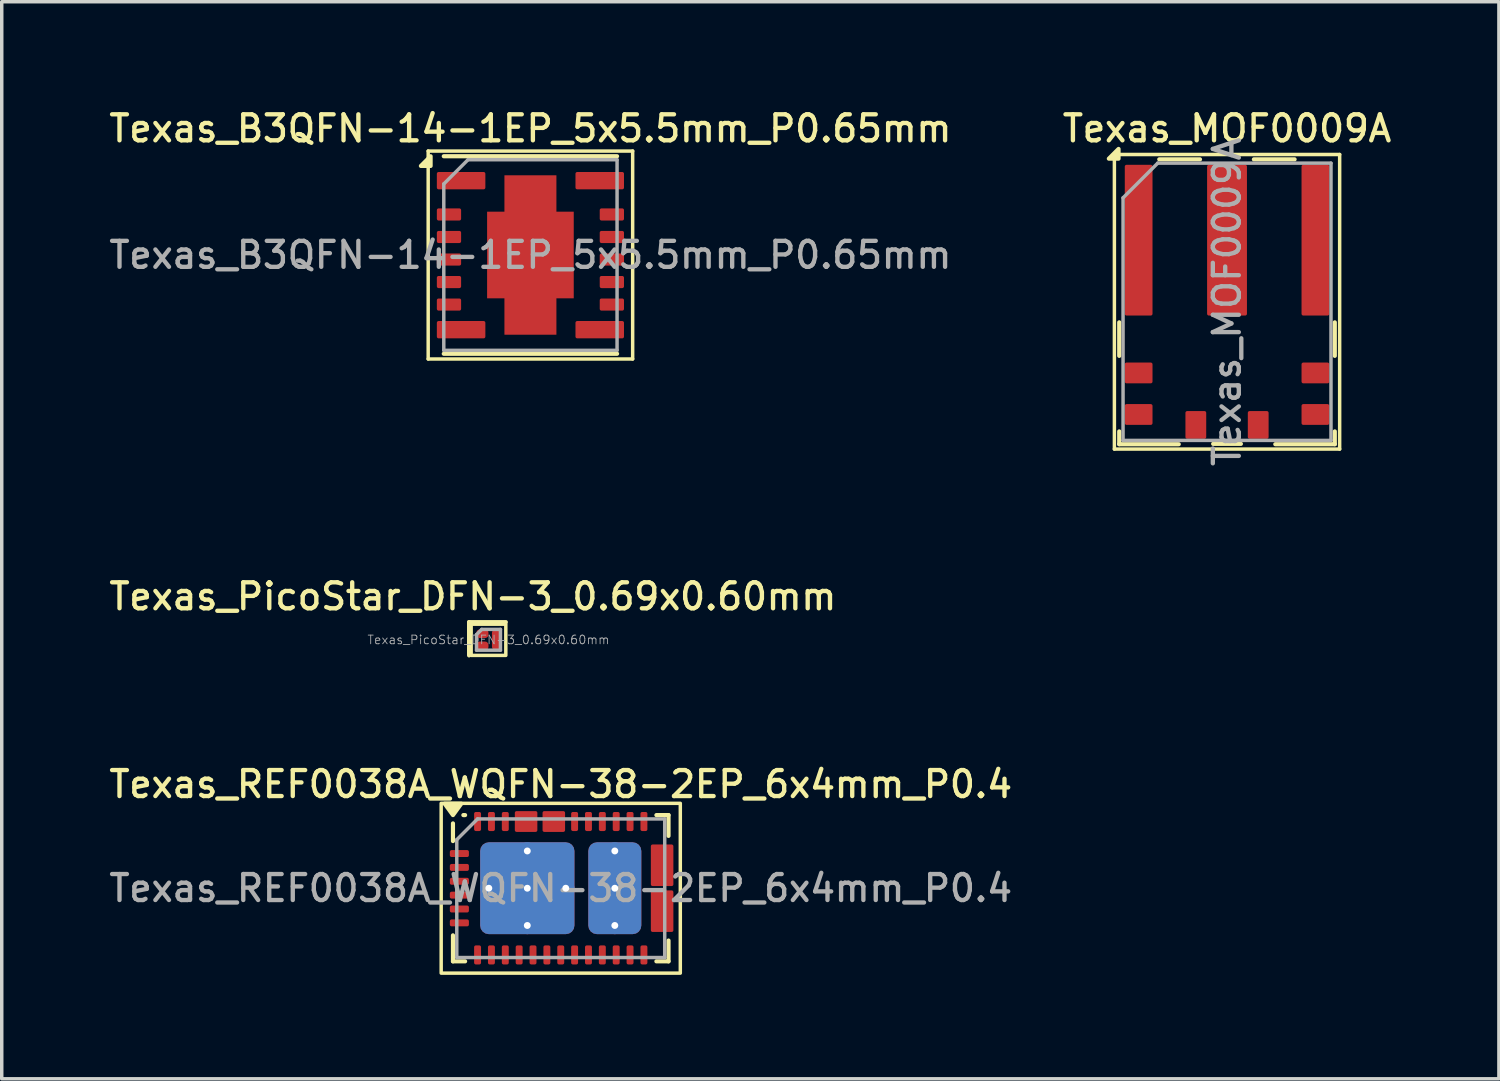
<source format=kicad_pcb>
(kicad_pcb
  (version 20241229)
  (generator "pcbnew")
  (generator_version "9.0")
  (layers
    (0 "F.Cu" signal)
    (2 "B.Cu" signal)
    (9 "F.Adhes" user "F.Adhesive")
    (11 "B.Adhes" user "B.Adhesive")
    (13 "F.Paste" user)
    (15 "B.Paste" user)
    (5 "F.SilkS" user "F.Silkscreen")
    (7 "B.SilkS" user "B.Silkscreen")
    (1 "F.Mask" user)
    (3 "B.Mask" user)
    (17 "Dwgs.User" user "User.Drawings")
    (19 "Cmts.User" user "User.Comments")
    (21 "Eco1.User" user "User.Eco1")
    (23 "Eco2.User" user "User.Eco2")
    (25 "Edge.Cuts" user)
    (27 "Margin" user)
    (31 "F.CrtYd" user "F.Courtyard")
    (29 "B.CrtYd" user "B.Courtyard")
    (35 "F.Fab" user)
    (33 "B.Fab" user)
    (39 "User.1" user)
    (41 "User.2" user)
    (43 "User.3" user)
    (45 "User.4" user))
  (footprint "Texas_REF0038A_WQFN-38-2EP_6x4mm_P0.4"
    (layer "F.Cu")
    (at 13.13 22.579)
    (property "Reference" "Texas_REF0038A_WQFN-38-2EP_6x4mm_P0.4" (at 0 -3 0) (unlocked yes) (layer "F.SilkS") (effects (font (size 0.75 0.75) (thickness 0.125))))
    (attr smd)
    (fp_poly (pts (xy -0.75 -1.7) (xy -1.25 -1.7) (xy -1.25 -2.15) (xy -1.15 -2.15) (xy -1.15 -1.8) (xy -0.85 -1.8) (xy -0.85 -2.15) (xy -0.75 -2.15)) (stroke (width 0.1) (type solid)) (fill yes) (layer "F.Mask"))
    (fp_poly (pts (xy 0.05 -1.7) (xy -0.45 -1.7) (xy -0.45 -2.15) (xy -0.35 -2.15) (xy -0.35 -1.8) (xy -0.05 -1.8) (xy -0.05 -2.15) (xy 0.05 -2.15)) (stroke (width 0.1) (type solid)) (fill yes) (layer "F.Mask"))
    (fp_poly (pts (xy 2.7 -1.163) (xy 2.7 -0.163) (xy 3.15 -0.163) (xy 3.15 -0.263) (xy 2.8 -0.263) (xy 2.8 -0.613) (xy 3.15 -0.613) (xy 3.15 -0.713) (xy 2.8 -0.713) (xy 2.8 -1.062) (xy 3.15 -1.062) (xy 3.15 -1.163)) (stroke (width 0.1) (type solid)) (fill yes) (layer "F.Mask"))
    (fp_poly (pts (xy 2.7 0.163) (xy 2.7 1.163) (xy 3.15 1.163) (xy 3.15 1.062) (xy 2.8 1.062) (xy 2.8 0.713) (xy 3.15 0.713) (xy 3.15 0.613) (xy 2.8 0.613) (xy 2.8 0.263) (xy 3.15 0.263) (xy 3.15 0.163)) (stroke (width 0.1) (type solid)) (fill yes) (layer "F.Mask"))
    (fp_line (start -3.11 -1.36) (end -3.11 -1.87) (stroke (width 0.12) (type default)) (layer "F.SilkS"))
    (fp_line (start -3.11 2.11) (end -3.11 1.36) (stroke (width 0.12) (type default)) (layer "F.SilkS"))
    (fp_line (start -3.11 2.11) (end -2.76 2.11) (stroke (width 0.12) (type default)) (layer "F.SilkS"))
    (fp_line (start -2.76 -2.11) (end -2.81 -2.11) (stroke (width 0.12) (type default)) (layer "F.SilkS"))
    (fp_line (start 2.76 -2.11) (end 3.11 -2.11) (stroke (width 0.12) (type default)) (layer "F.SilkS"))
    (fp_line (start 2.76 2.11) (end 3.11 2.11) (stroke (width 0.12) (type default)) (layer "F.SilkS"))
    (fp_line (start 3.11 -1.51) (end 3.11 -2.11) (stroke (width 0.12) (type default)) (layer "F.SilkS"))
    (fp_line (start 3.11 2.11) (end 3.11 1.51) (stroke (width 0.12) (type default)) (layer "F.SilkS"))
    (fp_rect (start -3.45 -2.45) (end 3.45 2.45) (stroke (width 0.1) (type default)) (fill no) (layer "F.SilkS"))
    (fp_poly (pts (xy -3.11 -2.11) (xy -3.35 -2.44) (xy -2.87 -2.44) (xy -3.11 -2.11)) (stroke (width 0.12) (type default)) (fill yes) (layer "F.SilkS"))
    (fp_poly (pts (xy -0.75 -1.7) (xy -1.25 -1.7) (xy -1.25 -2.15) (xy -1.15 -2.15) (xy -1.15 -1.8) (xy -0.85 -1.8) (xy -0.85 -2.15) (xy -0.75 -2.15)) (stroke (width 0.1) (type solid)) (fill yes) (layer "F.Paste"))
    (fp_poly (pts (xy 0.05 -1.7) (xy -0.45 -1.7) (xy -0.45 -2.15) (xy -0.35 -2.15) (xy -0.35 -1.8) (xy -0.05 -1.8) (xy -0.05 -2.15) (xy 0.05 -2.15)) (stroke (width 0.1) (type solid)) (fill yes) (layer "F.Paste"))
    (fp_poly (pts (xy 2.7 -1.163) (xy 2.7 -0.163) (xy 3.15 -0.163) (xy 3.15 -0.263) (xy 2.8 -0.263) (xy 2.8 -0.613) (xy 3.15 -0.613) (xy 3.15 -0.713) (xy 2.8 -0.713) (xy 2.8 -1.062) (xy 3.15 -1.062) (xy 3.15 -1.163)) (stroke (width 0.1) (type solid)) (fill yes) (layer "F.Paste"))
    (fp_poly (pts (xy 2.7 0.163) (xy 2.7 1.163) (xy 3.15 1.163) (xy 3.15 1.062) (xy 2.8 1.062) (xy 2.8 0.713) (xy 3.15 0.713) (xy 3.15 0.613) (xy 2.8 0.613) (xy 2.8 0.263) (xy 3.15 0.263) (xy 3.15 0.163)) (stroke (width 0.1) (type solid)) (fill yes) (layer "F.Paste"))
    (fp_line (start -3 -1.4) (end -2.4 -2) (stroke (width 0.1) (type default)) (layer "F.Fab"))
    (fp_line (start -3 2) (end -3 -1.4) (stroke (width 0.1) (type default)) (layer "F.Fab"))
    (fp_line (start -2.4 -2) (end 3 -2) (stroke (width 0.1) (type default)) (layer "F.Fab"))
    (fp_line (start 3 -2) (end 3 2) (stroke (width 0.1) (type default)) (layer "F.Fab"))
    (fp_line (start 3 2) (end -3 2) (stroke (width 0.1) (type default)) (layer "F.Fab"))
    (fp_text user "${REFERENCE}" (at 0 0 0) (unlocked yes) (layer "F.Fab") (effects (font (size 0.75 0.75) (thickness 0.125))))
    (pad "" smd roundrect (at -1.66 -0.69 180) (size 1.17 1.17) (layers "F.Paste") (roundrect_rratio 0.214))
    (pad "" smd roundrect (at -1.66 0.69 180) (size 1.19 1.17) (layers "F.Paste") (roundrect_rratio 0.214))
    (pad "" smd roundrect (at -0.27 -0.69 180) (size 1.17 1.17) (layers "F.Paste") (roundrect_rratio 0.214))
    (pad "" smd roundrect (at -0.27 0.69 180) (size 1.19 1.17) (layers "F.Paste") (roundrect_rratio 0.214))
    (pad "" smd roundrect (at 1.56 -0.69 180) (size 1.4 1.17) (layers "F.Paste") (roundrect_rratio 0.214))
    (pad "" smd roundrect (at 1.56 0.69 180) (size 1.4 1.17) (layers "F.Paste") (roundrect_rratio 0.214))
    (pad "1" smd roundrect (at -2.925 -1) (size 0.55 0.2) (layers "F.Cu" "F.Mask" "F.Paste") (roundrect_rratio 0.25))
    (pad "2" smd roundrect (at -2.925 -0.6) (size 0.55 0.2) (layers "F.Cu" "F.Mask" "F.Paste") (roundrect_rratio 0.25))
    (pad "3" smd roundrect (at -2.925 -0.2) (size 0.55 0.2) (layers "F.Cu" "F.Mask" "F.Paste") (roundrect_rratio 0.25))
    (pad "4" smd roundrect (at -2.925 0.2) (size 0.55 0.2) (layers "F.Cu" "F.Mask" "F.Paste") (roundrect_rratio 0.25))
    (pad "5" smd roundrect (at -2.925 0.6) (size 0.55 0.2) (layers "F.Cu" "F.Mask" "F.Paste") (roundrect_rratio 0.25))
    (pad "6" smd roundrect (at -2.925 1) (size 0.55 0.2) (layers "F.Cu" "F.Mask" "F.Paste") (roundrect_rratio 0.25))
    (pad "7" smd roundrect (at -2.4 1.925 90) (size 0.55 0.2) (layers "F.Cu" "F.Mask" "F.Paste") (roundrect_rratio 0.25))
    (pad "8" smd roundrect (at -2 1.925 90) (size 0.55 0.2) (layers "F.Cu" "F.Mask" "F.Paste") (roundrect_rratio 0.25))
    (pad "9" smd roundrect (at -1.6 1.925 90) (size 0.55 0.2) (layers "F.Cu" "F.Mask" "F.Paste") (roundrect_rratio 0.25))
    (pad "10" smd roundrect (at -1.2 1.925 90) (size 0.55 0.2) (layers "F.Cu" "F.Mask" "F.Paste") (roundrect_rratio 0.25))
    (pad "11" smd roundrect (at -0.8 1.925 90) (size 0.55 0.2) (layers "F.Cu" "F.Mask" "F.Paste") (roundrect_rratio 0.25))
    (pad "12" smd roundrect (at -0.4 1.925 90) (size 0.55 0.2) (layers "F.Cu" "F.Mask" "F.Paste") (roundrect_rratio 0.25))
    (pad "13" smd roundrect (at 0 1.925 90) (size 0.55 0.2) (layers "F.Cu" "F.Mask" "F.Paste") (roundrect_rratio 0.25))
    (pad "14" smd roundrect (at 0.4 1.925 90) (size 0.55 0.2) (layers "F.Cu" "F.Mask" "F.Paste") (roundrect_rratio 0.25))
    (pad "15" smd roundrect (at 0.8 1.925 90) (size 0.55 0.2) (layers "F.Cu" "F.Mask" "F.Paste") (roundrect_rratio 0.25))
    (pad "16" smd roundrect (at 1.2 1.925 90) (size 0.55 0.2) (layers "F.Cu" "F.Mask" "F.Paste") (roundrect_rratio 0.25))
    (pad "17" smd roundrect (at 1.6 1.925 90) (size 0.55 0.2) (layers "F.Cu" "F.Mask" "F.Paste") (roundrect_rratio 0.25))
    (pad "18" smd roundrect (at 2 1.925 90) (size 0.55 0.2) (layers "F.Cu" "F.Mask" "F.Paste") (roundrect_rratio 0.25))
    (pad "19" smd roundrect (at 2.4 1.925 90) (size 0.55 0.2) (layers "F.Cu" "F.Mask" "F.Paste") (roundrect_rratio 0.25))
    (pad "20" smd roundrect (at 2.925 0.662) (size 0.65 1.2) (layers "F.Cu") (roundrect_rratio 0.077))
    (pad "23" smd roundrect (at 2.925 -0.662) (size 0.65 1.2) (layers "F.Cu") (roundrect_rratio 0.077))
    (pad "26" smd roundrect (at 2.4 -1.925 90) (size 0.55 0.2) (layers "F.Cu" "F.Mask" "F.Paste") (roundrect_rratio 0.25))
    (pad "27" smd roundrect (at 2 -1.925 90) (size 0.55 0.2) (layers "F.Cu" "F.Mask" "F.Paste") (roundrect_rratio 0.25))
    (pad "28" smd roundrect (at 1.6 -1.925 90) (size 0.55 0.2) (layers "F.Cu" "F.Mask" "F.Paste") (roundrect_rratio 0.25))
    (pad "29" smd roundrect (at 1.2 -1.925 90) (size 0.55 0.2) (layers "F.Cu" "F.Mask" "F.Paste") (roundrect_rratio 0.25))
    (pad "30" smd roundrect (at 0.8 -1.925 90) (size 0.55 0.2) (layers "F.Cu" "F.Mask" "F.Paste") (roundrect_rratio 0.25))
    (pad "31" smd roundrect (at 0.4 -1.925 90) (size 0.55 0.2) (layers "F.Cu" "F.Mask" "F.Paste") (roundrect_rratio 0.25))
    (pad "32" smd roundrect (at -0.2 -1.925 90) (size 0.6 0.65) (layers "F.Cu") (roundrect_rratio 0.083))
    (pad "34" smd roundrect (at -1 -1.925 90) (size 0.6 0.65) (layers "F.Cu") (roundrect_rratio 0.083))
    (pad "36" smd roundrect (at -1.6 -1.925 90) (size 0.55 0.2) (layers "F.Cu" "F.Mask" "F.Paste") (roundrect_rratio 0.25))
    (pad "37" smd roundrect (at -2 -1.925 90) (size 0.55 0.2) (layers "F.Cu" "F.Mask" "F.Paste") (roundrect_rratio 0.25))
    (pad "38" smd roundrect (at -2.4 -1.925 90) (size 0.55 0.2) (layers "F.Cu" "F.Mask" "F.Paste") (roundrect_rratio 0.25))
    (pad "39" thru_hole circle (at -2.075 0) (size 0.5 0.5) (drill 0.2) (property pad_prop_heatsink) (layers "*.Cu"))
    (pad "39" thru_hole circle (at -0.965 -1.075) (size 0.5 0.5) (drill 0.2) (property pad_prop_heatsink) (layers "*.Cu"))
    (pad "39" thru_hole circle (at -0.965 0) (size 0.5 0.5) (drill 0.2) (property pad_prop_heatsink) (layers "*.Cu"))
    (pad "39" smd roundrect (at -0.965 0 180) (size 2.72 2.65) (property pad_prop_heatsink) (layers "F.Cu" "F.Mask") (roundrect_rratio 0.094))
    (pad "39" smd roundrect (at -0.965 0 180) (size 2.72 2.65) (property pad_prop_heatsink) (layers "B.Cu") (roundrect_rratio 0.094))
    (pad "39" thru_hole circle (at -0.965 1.075) (size 0.5 0.5) (drill 0.2) (property pad_prop_heatsink) (layers "*.Cu"))
    (pad "39" thru_hole circle (at 0.145 0) (size 0.5 0.5) (drill 0.2) (property pad_prop_heatsink) (layers "*.Cu"))
    (pad "40" thru_hole circle (at 1.56 -1.075) (size 0.5 0.5) (drill 0.2) (property pad_prop_heatsink) (layers "*.Cu"))
    (pad "40" thru_hole circle (at 1.56 0) (size 0.5 0.5) (drill 0.2) (property pad_prop_heatsink) (layers "*.Cu"))
    (pad "40" smd roundrect (at 1.56 0 180) (size 1.53 2.65) (property pad_prop_heatsink) (layers "F.Cu" "F.Mask") (roundrect_rratio 0.163))
    (pad "40" smd roundrect (at 1.56 0 180) (size 1.53 2.65) (property pad_prop_heatsink) (layers "B.Cu") (roundrect_rratio 0.163))
    (pad "40" thru_hole circle (at 1.56 1.075) (size 0.5 0.5) (drill 0.2) (property pad_prop_heatsink) (layers "*.Cu")))
  (footprint "Texas_MOF0009A"
    (layer "F.Cu")
    (at 32.355 5.658)
    (property "Reference" "Texas_MOF0009A" (at 0 -5 0) (layer "F.SilkS") (effects (font (size 0.75 0.75) (thickness 0.125))))
    (attr smd)
    (fp_line (start -3.25 -4.25) (end 3.25 -4.25) (stroke (width 0.1) (type solid)) (layer "F.SilkS"))
    (fp_line (start -3.25 4.25) (end -3.25 -4.25) (stroke (width 0.1) (type solid)) (layer "F.SilkS"))
    (fp_line (start -3.11 1.56) (end -3.11 0.593) (stroke (width 0.12) (type default)) (layer "F.SilkS"))
    (fp_line (start -3.11 3.74) (end -3.11 4.11) (stroke (width 0.12) (type default)) (layer "F.SilkS"))
    (fp_line (start -3.11 4.11) (end -1.393 4.11) (stroke (width 0.12) (type default)) (layer "F.SilkS"))
    (fp_line (start -1.955 -4.11) (end -0.78 -4.11) (stroke (width 0.12) (type default)) (layer "F.SilkS"))
    (fp_line (start -0.4 4.1) (end 0.4 4.1) (stroke (width 0.12) (type default)) (layer "F.SilkS"))
    (fp_line (start 0.775 -4.11) (end 1.95 -4.11) (stroke (width 0.12) (type default)) (layer "F.SilkS"))
    (fp_line (start 3.11 1.56) (end 3.11 0.593) (stroke (width 0.12) (type default)) (layer "F.SilkS"))
    (fp_line (start 3.11 3.74) (end 3.11 4.11) (stroke (width 0.12) (type default)) (layer "F.SilkS"))
    (fp_line (start 3.11 4.11) (end 1.393 4.11) (stroke (width 0.12) (type default)) (layer "F.SilkS"))
    (fp_line (start 3.25 -4.25) (end 3.25 4.25) (stroke (width 0.1) (type solid)) (layer "F.SilkS"))
    (fp_line (start 3.25 4.25) (end -3.25 4.25) (stroke (width 0.1) (type solid)) (layer "F.SilkS"))
    (fp_poly (pts (xy -3.13 -4.13) (xy -3.41 -4.13) (xy -3.13 -4.41) (xy -3.13 -4.13)) (stroke (width 0.12) (type solid)) (fill yes) (layer "F.SilkS"))
    (fp_line (start -3 4) (end -3 -3) (stroke (width 0.1) (type solid)) (layer "F.Fab"))
    (fp_line (start -2 -4) (end -3 -3) (stroke (width 0.1) (type solid)) (layer "F.Fab"))
    (fp_line (start -2 -4) (end 3 -4) (stroke (width 0.1) (type solid)) (layer "F.Fab"))
    (fp_line (start 3 -4) (end 3 4) (stroke (width 0.1) (type solid)) (layer "F.Fab"))
    (fp_line (start 3 4) (end -3 4) (stroke (width 0.1) (type solid)) (layer "F.Fab"))
    (fp_text user "${REFERENCE}" (at 0 0 90) (layer "F.Fab") (effects (font (size 0.75 0.75) (thickness 0.125))))
    (pad "" smd roundrect (at -2.55 -3.558) (size 0.7 0.59) (layers "F.Paste") (roundrect_rratio 0.085))
    (pad "" smd roundrect (at -2.55 -2.667) (size 0.7 0.59) (layers "F.Paste") (roundrect_rratio 0.085))
    (pad "" smd roundrect (at -2.55 -1.778) (size 0.7 0.59) (layers "F.Paste") (roundrect_rratio 0.085))
    (pad "" smd roundrect (at -2.55 -0.887) (size 0.7 0.59) (layers "F.Paste") (roundrect_rratio 0.085))
    (pad "" smd roundrect (at -2.55 0.003) (size 0.7 0.59) (layers "F.Paste") (roundrect_rratio 0.085))
    (pad "" smd roundrect (at 0 -3.558) (size 1.05 0.59) (layers "F.Paste") (roundrect_rratio 0.085))
    (pad "" smd roundrect (at 0 -2.667) (size 1.05 0.59) (layers "F.Paste") (roundrect_rratio 0.085))
    (pad "" smd roundrect (at 0 -1.778) (size 1.05 0.59) (layers "F.Paste") (roundrect_rratio 0.085))
    (pad "" smd roundrect (at 0 -0.887) (size 1.05 0.59) (layers "F.Paste") (roundrect_rratio 0.085))
    (pad "" smd roundrect (at 0 0.003) (size 1.05 0.59) (layers "F.Paste") (roundrect_rratio 0.085))
    (pad "" smd roundrect (at 2.55 -3.558) (size 0.7 0.59) (layers "F.Paste") (roundrect_rratio 0.085))
    (pad "" smd roundrect (at 2.55 -2.667) (size 0.7 0.59) (layers "F.Paste") (roundrect_rratio 0.085))
    (pad "" smd roundrect (at 2.55 -1.778) (size 0.7 0.59) (layers "F.Paste") (roundrect_rratio 0.085))
    (pad "" smd roundrect (at 2.55 -0.887) (size 0.7 0.59) (layers "F.Paste") (roundrect_rratio 0.085))
    (pad "" smd roundrect (at 2.55 0.003) (size 0.7 0.59) (layers "F.Paste") (roundrect_rratio 0.085))
    (pad "1" smd roundrect (at -2.55 -1.778) (size 0.8 4.35) (layers "F.Cu" "F.Mask") (roundrect_rratio 0.063))
    (pad "2" smd roundrect (at -2.55 2.053) (size 0.8 0.6) (layers "F.Cu" "F.Mask" "F.Paste") (roundrect_rratio 0.084))
    (pad "3" smd roundrect (at -2.55 3.252) (size 0.8 0.6) (layers "F.Cu" "F.Mask" "F.Paste") (roundrect_rratio 0.084))
    (pad "4" smd roundrect (at -0.9 3.553) (size 0.6 0.8) (layers "F.Cu" "F.Mask" "F.Paste") (roundrect_rratio 0.084))
    (pad "5" smd roundrect (at 0.9 3.553) (size 0.6 0.8) (layers "F.Cu" "F.Mask" "F.Paste") (roundrect_rratio 0.084))
    (pad "6" smd roundrect (at 2.55 3.252) (size 0.8 0.6) (layers "F.Cu" "F.Mask" "F.Paste") (roundrect_rratio 0.084))
    (pad "7" smd roundrect (at 2.55 2.053) (size 0.8 0.6) (layers "F.Cu" "F.Mask" "F.Paste") (roundrect_rratio 0.084))
    (pad "8" smd roundrect (at 2.55 -1.778) (size 0.8 4.35) (layers "F.Cu" "F.Mask") (roundrect_rratio 0.063))
    (pad "9" smd roundrect (at 0 -1.778) (size 1.15 4.35) (layers "F.Cu" "F.Mask") (roundrect_rratio 0.044)))
  (footprint "Texas_PicoStar_DFN-3_0.69x0.60mm"
    (layer "F.Cu")
    (at 11.045 15.411)
    (property "Reference" "Texas_PicoStar_DFN-3_0.69x0.60mm" (at -0.45 -1.25 0) (unlocked yes) (layer "F.SilkS") (effects (font (size 0.75 0.75) (thickness 0.125))))
    (attr smd)
    (fp_line (start -0.56 -0.51) (end 0.5 -0.51) (stroke (width 0.12) (type default)) (layer "F.SilkS"))
    (fp_line (start -0.56 0.45) (end -0.56 -0.51) (stroke (width 0.12) (type default)) (layer "F.SilkS"))
    (fp_rect (start -0.5 -0.45) (end 0.5 0.45) (stroke (width 0.1) (type default)) (fill no) (layer "F.SilkS"))
    (fp_line (start -0.345 -0.15) (end -0.195 -0.3) (stroke (width 0.1) (type default)) (layer "F.Fab"))
    (fp_line (start -0.345 0.3) (end -0.345 -0.15) (stroke (width 0.1) (type default)) (layer "F.Fab"))
    (fp_line (start -0.195 -0.3) (end 0.345 -0.3) (stroke (width 0.1) (type default)) (layer "F.Fab"))
    (fp_line (start 0.345 -0.3) (end 0.345 0.3) (stroke (width 0.1) (type default)) (layer "F.Fab"))
    (fp_line (start 0.345 0.3) (end -0.345 0.3) (stroke (width 0.1) (type default)) (layer "F.Fab"))
    (fp_text user "${REFERENCE}" (at 0 0 0) (unlocked yes) (layer "F.Fab") (effects (font (size 0.25 0.25) (thickness 0.025))))
    (pad "" smd roundrect (at -0.175 -0.2) (size 0.25 0.2) (layers "F.Paste") (roundrect_rratio 0.25))
    (pad "" smd roundrect (at -0.175 0.2) (size 0.25 0.2) (layers "F.Paste") (roundrect_rratio 0.25))
    (pad "1" smd roundrect (at -0.175 -0.175) (size 0.35 0.25) (layers "F.Cu" "F.Mask") (roundrect_rratio 0.4))
    (pad "2" smd roundrect (at -0.175 0.175) (size 0.35 0.25) (layers "F.Cu" "F.Mask") (roundrect_rratio 0.4))
    (pad "3" smd roundrect (at 0.225 0) (size 0.25 0.6) (layers "F.Cu" "F.Mask" "F.Paste") (roundrect_rratio 0.4)))
  (footprint "Texas_B3QFN-14-1EP_5x5.5mm_P0.65mm"
    (layer "F.Cu")
    (at 12.255 4.308)
    (property "Reference" "Texas_B3QFN-14-1EP_5x5.5mm_P0.65mm" (at 0 -3.65 0) (layer "F.SilkS") (effects (font (size 0.75 0.75) (thickness 0.125))))
    (attr smd)
    (fp_line (start -2.95 -3) (end 2.95 -3) (stroke (width 0.1) (type solid)) (layer "F.SilkS"))
    (fp_line (start -2.95 3) (end -2.95 -3) (stroke (width 0.1) (type solid)) (layer "F.SilkS"))
    (fp_line (start 2.5 -2.85) (end -2.5 -2.85) (stroke (width 0.12) (type solid)) (layer "F.SilkS"))
    (fp_line (start 2.5 2.85) (end -2.5 2.85) (stroke (width 0.12) (type solid)) (layer "F.SilkS"))
    (fp_line (start 2.95 -3) (end 2.95 3) (stroke (width 0.1) (type solid)) (layer "F.SilkS"))
    (fp_line (start 2.95 3) (end -2.95 3) (stroke (width 0.1) (type solid)) (layer "F.SilkS"))
    (fp_poly (pts (xy -2.88 -2.57) (xy -3.16 -2.57) (xy -2.88 -2.85) (xy -2.88 -2.57)) (stroke (width 0.12) (type solid)) (fill yes) (layer "F.SilkS"))
    (fp_line (start -2.5 2.75) (end -2.5 -2.05) (stroke (width 0.1) (type solid)) (layer "F.Fab"))
    (fp_line (start -1.8 -2.75) (end -2.5 -2.05) (stroke (width 0.1) (type solid)) (layer "F.Fab"))
    (fp_line (start -1.8 -2.75) (end 2.5 -2.75) (stroke (width 0.1) (type solid)) (layer "F.Fab"))
    (fp_line (start 2.5 -2.75) (end 2.5 2.75) (stroke (width 0.1) (type solid)) (layer "F.Fab"))
    (fp_line (start 2.5 2.75) (end -2.5 2.75) (stroke (width 0.1) (type solid)) (layer "F.Fab"))
    (fp_text user "${REFERENCE}" (at 0 0 0) (layer "F.Fab") (effects (font (size 0.75 0.75) (thickness 0.125))))
    (pad "1" smd roundrect (at -2 -2.145) (size 1.4 0.5) (layers "F.Cu" "F.Mask" "F.Paste") (roundrect_rratio 0.1))
    (pad "2" smd roundrect (at -2.35 -1.17) (size 0.7 0.35) (layers "F.Cu" "F.Mask" "F.Paste") (roundrect_rratio 0.143))
    (pad "3" smd roundrect (at -2.35 -0.52) (size 0.7 0.35) (layers "F.Cu" "F.Mask" "F.Paste") (roundrect_rratio 0.143))
    (pad "4" smd roundrect (at -2.35 0.13) (size 0.7 0.35) (layers "F.Cu" "F.Mask" "F.Paste") (roundrect_rratio 0.143))
    (pad "5" smd roundrect (at -2.35 0.78) (size 0.7 0.35) (layers "F.Cu" "F.Mask" "F.Paste") (roundrect_rratio 0.143))
    (pad "6" smd roundrect (at -2.35 1.43) (size 0.7 0.35) (layers "F.Cu" "F.Mask" "F.Paste") (roundrect_rratio 0.143))
    (pad "7" smd roundrect (at -2 2.155) (size 1.4 0.5) (layers "F.Cu" "F.Mask" "F.Paste") (roundrect_rratio 0.1))
    (pad "8" smd roundrect (at 2 2.155) (size 1.4 0.5) (layers "F.Cu" "F.Mask" "F.Paste") (roundrect_rratio 0.1))
    (pad "9" smd roundrect (at 2.35 1.43) (size 0.7 0.35) (layers "F.Cu" "F.Mask" "F.Paste") (roundrect_rratio 0.143))
    (pad "10" smd roundrect (at 2.35 0.78) (size 0.7 0.35) (layers "F.Cu" "F.Mask" "F.Paste") (roundrect_rratio 0.143))
    (pad "11" smd roundrect (at 2.35 0.13) (size 0.7 0.35) (layers "F.Cu" "F.Mask" "F.Paste") (roundrect_rratio 0.143))
    (pad "12" smd roundrect (at 2.35 -0.52) (size 0.7 0.35) (layers "F.Cu" "F.Mask" "F.Paste") (roundrect_rratio 0.143))
    (pad "13" smd roundrect (at 2.35 -1.17) (size 0.7 0.35) (layers "F.Cu" "F.Mask" "F.Paste") (roundrect_rratio 0.143))
    (pad "14" smd roundrect (at 2 -2.145) (size 1.4 0.5) (layers "F.Cu" "F.Mask" "F.Paste") (roundrect_rratio 0.1))
    (pad "15" smd custom (at 0 0) (size 2.5 2.5) (layers "F.Cu" "F.Mask" "F.Paste") (options (anchor rect)) (primitives (gr_poly (pts (xy 0.75 -1.25) (xy -0.75 -1.25) (xy -0.75 -2.3) (xy 0.75 -2.3)) (width 0) (fill yes)) (gr_poly (pts (xy 0.75 2.3) (xy -0.75 2.3) (xy -0.75 1.25) (xy 0.75 1.25)) (width 0) (fill yes)))))
  (gr_rect
    (start -3 -3)
    (end 40.2 28.079)
    (stroke (width 0.1) (type default))
    (fill no)
    (layer "Edge.Cuts")))
</source>
